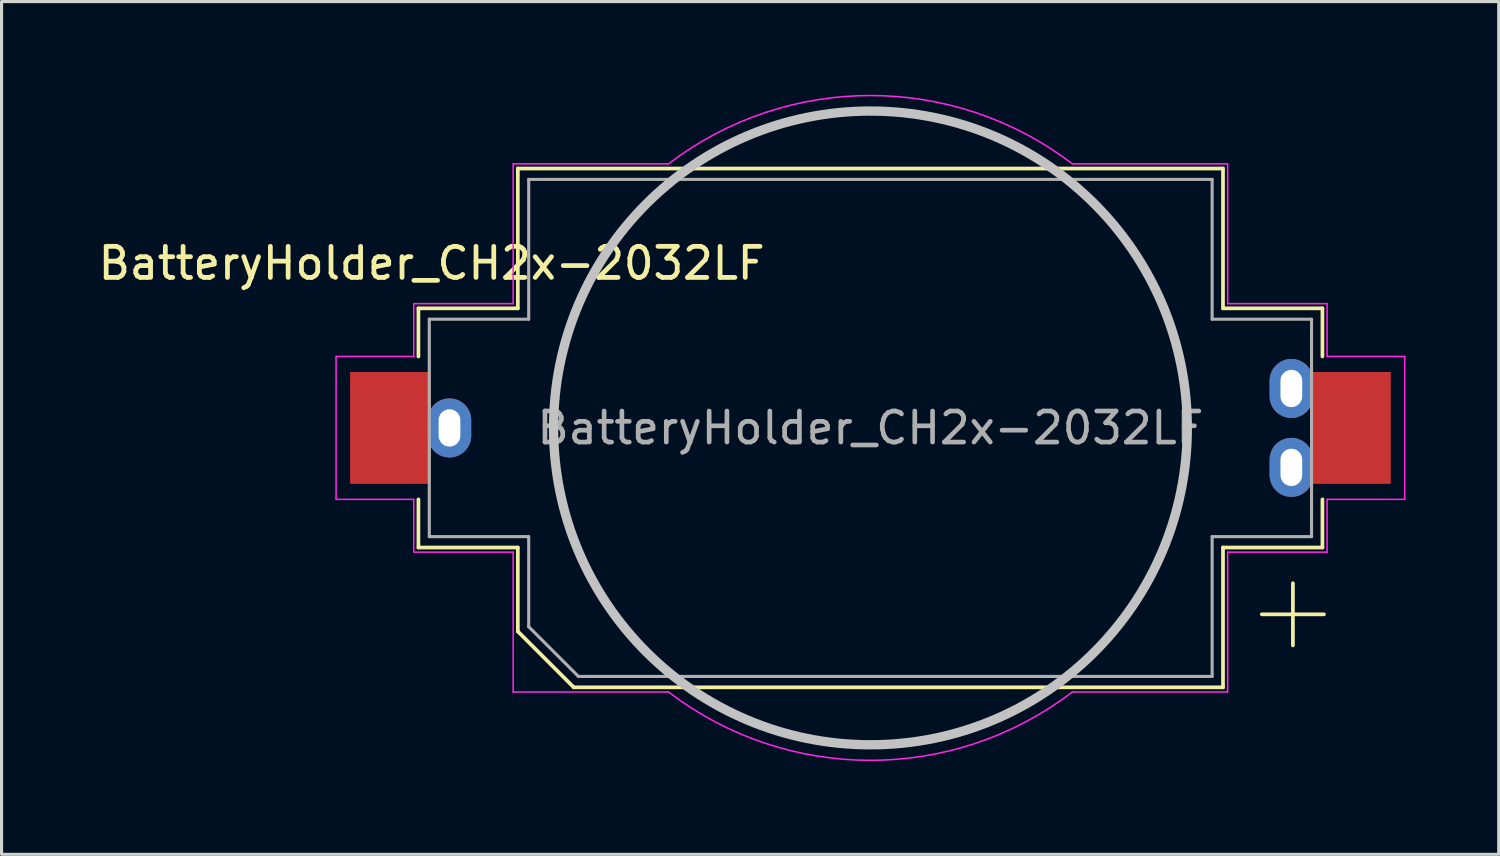
<source format=kicad_pcb>
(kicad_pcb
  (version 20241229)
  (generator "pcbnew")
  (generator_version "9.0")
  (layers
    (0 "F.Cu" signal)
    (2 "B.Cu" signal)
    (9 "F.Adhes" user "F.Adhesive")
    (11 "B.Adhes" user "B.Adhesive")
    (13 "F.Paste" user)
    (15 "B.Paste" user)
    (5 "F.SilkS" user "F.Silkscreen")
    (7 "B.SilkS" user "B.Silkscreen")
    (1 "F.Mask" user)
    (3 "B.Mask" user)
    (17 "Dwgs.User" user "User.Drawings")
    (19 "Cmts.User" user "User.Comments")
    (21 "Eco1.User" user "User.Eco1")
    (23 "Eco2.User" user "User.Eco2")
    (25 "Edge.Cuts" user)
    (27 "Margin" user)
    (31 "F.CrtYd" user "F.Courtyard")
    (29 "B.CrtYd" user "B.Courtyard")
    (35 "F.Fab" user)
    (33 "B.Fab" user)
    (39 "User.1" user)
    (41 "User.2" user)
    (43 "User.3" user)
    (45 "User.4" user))
  (footprint "BatteryHolder_CH2x-2032LF"
    (layer "F.Cu")
    (at 24.969 10.725)
    (property "Reference" "BatteryHolder_CH2x-2032LF" (at -14.125 -5.3 0) (layer "F.SilkS") (effects (font (size 1 1) (thickness 0.153))))
    (attr through_hole)
    (fp_line (start -14.55 -3.85) (end -14.55 -2.3) (stroke (width 0.12) (type solid)) (layer "F.SilkS"))
    (fp_line (start -14.55 3.85) (end -14.55 2.3) (stroke (width 0.12) (type solid)) (layer "F.SilkS"))
    (fp_line (start -11.35 -8.35) (end -11.35 -3.85) (stroke (width 0.12) (type solid)) (layer "F.SilkS"))
    (fp_line (start -11.35 -8.35) (end 11.35 -8.35) (stroke (width 0.12) (type solid)) (layer "F.SilkS"))
    (fp_line (start -11.35 -3.85) (end -14.55 -3.85) (stroke (width 0.12) (type solid)) (layer "F.SilkS"))
    (fp_line (start -11.35 3.85) (end -14.55 3.85) (stroke (width 0.12) (type solid)) (layer "F.SilkS"))
    (fp_line (start -11.35 6.55) (end -11.35 3.85) (stroke (width 0.12) (type solid)) (layer "F.SilkS"))
    (fp_line (start -9.55 8.35) (end -11.35 6.55) (stroke (width 0.12) (type solid)) (layer "F.SilkS"))
    (fp_line (start 11.35 -8.35) (end 11.35 -3.85) (stroke (width 0.12) (type solid)) (layer "F.SilkS"))
    (fp_line (start 11.35 -3.85) (end 14.55 -3.85) (stroke (width 0.12) (type solid)) (layer "F.SilkS"))
    (fp_line (start 11.35 3.85) (end 14.55 3.85) (stroke (width 0.12) (type solid)) (layer "F.SilkS"))
    (fp_line (start 11.35 8.35) (end -9.55 8.35) (stroke (width 0.12) (type solid)) (layer "F.SilkS"))
    (fp_line (start 11.35 8.35) (end 11.35 3.85) (stroke (width 0.12) (type solid)) (layer "F.SilkS"))
    (fp_line (start 13.6 5) (end 13.6 7) (stroke (width 0.12) (type solid)) (layer "F.SilkS"))
    (fp_line (start 14.55 -3.85) (end 14.55 -2.3) (stroke (width 0.12) (type solid)) (layer "F.SilkS"))
    (fp_line (start 14.55 3.85) (end 14.55 2.3) (stroke (width 0.12) (type solid)) (layer "F.SilkS"))
    (fp_line (start 14.6 6) (end 12.6 6) (stroke (width 0.12) (type solid)) (layer "F.SilkS"))
    (fp_circle (center 0 0) (end -10.2 0) (stroke (width 0.3) (type solid)) (fill no) (layer "Dwgs.User"))
    (fp_line (start -17.2 2.3) (end -17.2 -2.3) (stroke (width 0.05) (type solid)) (layer "F.CrtYd"))
    (fp_line (start -17.2 2.3) (end -14.7 2.3) (stroke (width 0.05) (type default)) (layer "F.CrtYd"))
    (fp_line (start -14.7 -4) (end -11.5 -4) (stroke (width 0.05) (type solid)) (layer "F.CrtYd"))
    (fp_line (start -14.7 -2.3) (end -17.2 -2.3) (stroke (width 0.05) (type default)) (layer "F.CrtYd"))
    (fp_line (start -14.7 -2.3) (end -14.7 -4) (stroke (width 0.05) (type solid)) (layer "F.CrtYd"))
    (fp_line (start -14.7 4) (end -14.7 2.3) (stroke (width 0.05) (type solid)) (layer "F.CrtYd"))
    (fp_line (start -14.7 4) (end -11.5 4) (stroke (width 0.05) (type solid)) (layer "F.CrtYd"))
    (fp_line (start -11.5 -8.5) (end -6.5 -8.5) (stroke (width 0.05) (type solid)) (layer "F.CrtYd"))
    (fp_line (start -11.5 -4) (end -11.5 -8.5) (stroke (width 0.05) (type solid)) (layer "F.CrtYd"))
    (fp_line (start -11.5 4) (end -11.5 8.5) (stroke (width 0.05) (type solid)) (layer "F.CrtYd"))
    (fp_line (start -6.5 8.5) (end -11.5 8.5) (stroke (width 0.05) (type solid)) (layer "F.CrtYd"))
    (fp_line (start 11.5 -8.5) (end 6.5 -8.5) (stroke (width 0.05) (type solid)) (layer "F.CrtYd"))
    (fp_line (start 11.5 -8.5) (end 11.5 -4) (stroke (width 0.05) (type solid)) (layer "F.CrtYd"))
    (fp_line (start 11.5 -4) (end 14.7 -4) (stroke (width 0.05) (type solid)) (layer "F.CrtYd"))
    (fp_line (start 11.5 4) (end 11.5 8.5) (stroke (width 0.05) (type solid)) (layer "F.CrtYd"))
    (fp_line (start 11.5 8.5) (end 6.5 8.5) (stroke (width 0.05) (type solid)) (layer "F.CrtYd"))
    (fp_line (start 14.7 -2.3) (end 14.7 -4) (stroke (width 0.05) (type solid)) (layer "F.CrtYd"))
    (fp_line (start 14.7 -2.3) (end 17.2 -2.3) (stroke (width 0.05) (type default)) (layer "F.CrtYd"))
    (fp_line (start 14.7 2.3) (end 17.2 2.3) (stroke (width 0.05) (type default)) (layer "F.CrtYd"))
    (fp_line (start 14.7 4) (end 11.5 4) (stroke (width 0.05) (type solid)) (layer "F.CrtYd"))
    (fp_line (start 14.7 4) (end 14.7 2.3) (stroke (width 0.05) (type solid)) (layer "F.CrtYd"))
    (fp_line (start 17.2 2.3) (end 17.2 -2.3) (stroke (width 0.05) (type solid)) (layer "F.CrtYd"))
    (fp_arc (start -6.499999 -8.5) (mid 0 -10.700467) (end 6.5 -8.5) (stroke (width 0.05) (type solid)) (layer "F.CrtYd"))
    (fp_arc (start 6.499999 8.5) (mid 0 10.700467) (end -6.5 8.5) (stroke (width 0.05) (type solid)) (layer "F.CrtYd"))
    (fp_line (start -14.2 -3.5) (end -11 -3.5) (stroke (width 0.1) (type solid)) (layer "F.Fab"))
    (fp_line (start -14.2 3.5) (end -14.2 -3.5) (stroke (width 0.1) (type solid)) (layer "F.Fab"))
    (fp_line (start -11 -8) (end -11 -3.5) (stroke (width 0.1) (type solid)) (layer "F.Fab"))
    (fp_line (start -11 3.5) (end -14.2 3.5) (stroke (width 0.1) (type solid)) (layer "F.Fab"))
    (fp_line (start -11 6.4) (end -11 3.5) (stroke (width 0.1) (type solid)) (layer "F.Fab"))
    (fp_line (start -9.4 8) (end -11 6.4) (stroke (width 0.1) (type solid)) (layer "F.Fab"))
    (fp_line (start 11 -8) (end -11 -8) (stroke (width 0.1) (type solid)) (layer "F.Fab"))
    (fp_line (start 11 -8) (end 11 -3.5) (stroke (width 0.1) (type solid)) (layer "F.Fab"))
    (fp_line (start 11 3.5) (end 14.2 3.5) (stroke (width 0.1) (type solid)) (layer "F.Fab"))
    (fp_line (start 11 8) (end -9.4 8) (stroke (width 0.1) (type solid)) (layer "F.Fab"))
    (fp_line (start 11 8) (end 11 3.5) (stroke (width 0.1) (type solid)) (layer "F.Fab"))
    (fp_line (start 14.2 -3.5) (end 11 -3.5) (stroke (width 0.1) (type solid)) (layer "F.Fab"))
    (fp_line (start 14.2 3.5) (end 14.2 -3.5) (stroke (width 0.1) (type solid)) (layer "F.Fab"))
    (fp_text user "${REFERENCE}" (at 0 0 0) (layer "F.Fab") (effects (font (size 1 1) (thickness 0.15))))
    (pad "1" thru_hole oval (at 13.55 -1.27 180) (size 1.4 1.9) (drill oval 0.7 1.2) (layers "*.Cu" "*.Mask"))
    (pad "1" thru_hole oval (at 13.55 1.27 180) (size 1.4 1.9) (drill oval 0.7 1.2) (layers "*.Cu" "*.Mask"))
    (pad "1" smd rect (at 15.45 0 180) (size 2.6 3.6) (layers "F.Cu" "F.Mask" "F.Paste"))
    (pad "2" smd rect (at -15.45 0 180) (size 2.6 3.6) (layers "F.Cu" "F.Mask" "F.Paste"))
    (pad "2" thru_hole oval (at -13.55 0 180) (size 1.4 1.9) (drill oval 0.7 1.2) (layers "*.Cu" "*.Mask")))
  (gr_rect
    (start -3 -3)
    (end 45.194 24.451)
    (stroke (width 0.1) (type default))
    (fill no)
    (layer "Edge.Cuts")))
</source>
